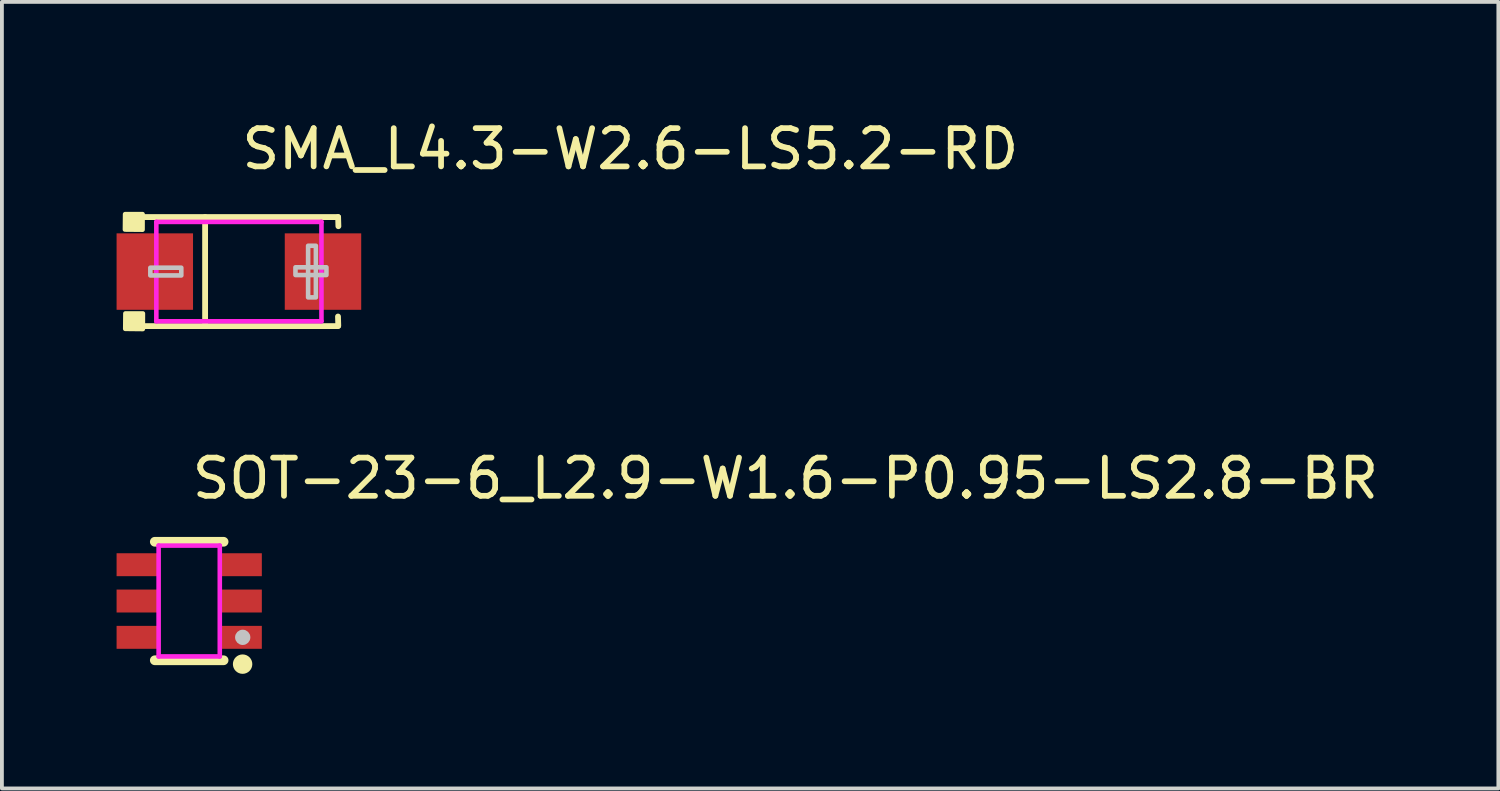
<source format=kicad_pcb>
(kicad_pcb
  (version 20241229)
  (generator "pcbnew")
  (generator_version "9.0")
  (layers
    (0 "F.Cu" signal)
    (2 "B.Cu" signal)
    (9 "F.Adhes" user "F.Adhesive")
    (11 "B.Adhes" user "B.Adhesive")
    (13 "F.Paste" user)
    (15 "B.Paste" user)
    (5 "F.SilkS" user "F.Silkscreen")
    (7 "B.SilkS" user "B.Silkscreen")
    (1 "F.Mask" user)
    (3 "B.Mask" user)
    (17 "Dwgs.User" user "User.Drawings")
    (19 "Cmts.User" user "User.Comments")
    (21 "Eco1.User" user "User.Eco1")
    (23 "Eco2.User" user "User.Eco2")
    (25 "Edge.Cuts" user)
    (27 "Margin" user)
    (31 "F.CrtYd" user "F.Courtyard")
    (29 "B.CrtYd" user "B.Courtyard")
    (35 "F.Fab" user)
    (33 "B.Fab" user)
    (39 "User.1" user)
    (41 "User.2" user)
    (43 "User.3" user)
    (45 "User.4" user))
  (footprint "SOT-23-6_L2.9-W1.6-P0.95-LS2.8-BR"
    (layer "F.Cu")
    (at 1.9 12.674)
    (property "Reference" "SOT-23-6_L2.9-W1.6-P0.95-LS2.8-BR" (at 0 -3.207 0) (layer "F.SilkS") (effects (font (size 1 1) (thickness 0.15)) (justify left)))
    (attr through_hole)
    (fp_line (start -0.9 -1.55) (end 0.9 -1.55) (stroke (width 0.254) (type solid)) (layer "F.SilkS"))
    (fp_line (start -0.9 1.55) (end 0.9 1.55) (stroke (width 0.254) (type solid)) (layer "F.SilkS"))
    (fp_circle (center 1.397 1.651) (end 1.524 1.651) (stroke (width 0.254) (type solid)) (fill no) (layer "F.SilkS"))
    (fp_circle (center 1.4 0.95) (end 1.5 0.95) (stroke (width 0.2) (type solid)) (fill no) (layer "Dwgs.User"))
    (fp_line (start -0.935 -1.165) (end -0.79 -1.165) (stroke (width 0.12) (type solid)) (layer "Eco2.User"))
    (fp_line (start -0.935 -0.735) (end -0.935 -1.165) (stroke (width 0.12) (type solid)) (layer "Eco2.User"))
    (fp_line (start -0.935 -0.215) (end -0.79 -0.215) (stroke (width 0.12) (type solid)) (layer "Eco2.User"))
    (fp_line (start -0.935 0.215) (end -0.935 -0.215) (stroke (width 0.12) (type solid)) (layer "Eco2.User"))
    (fp_line (start -0.935 0.735) (end -0.79 0.735) (stroke (width 0.12) (type solid)) (layer "Eco2.User"))
    (fp_line (start -0.935 1.165) (end -0.935 0.735) (stroke (width 0.12) (type solid)) (layer "Eco2.User"))
    (fp_line (start -0.79 -1.165) (end -0.79 -0.735) (stroke (width 0.12) (type solid)) (layer "Eco2.User"))
    (fp_line (start -0.79 -0.735) (end -0.935 -0.735) (stroke (width 0.12) (type solid)) (layer "Eco2.User"))
    (fp_line (start -0.79 -0.215) (end -0.79 0.215) (stroke (width 0.12) (type solid)) (layer "Eco2.User"))
    (fp_line (start -0.79 0.215) (end -0.935 0.215) (stroke (width 0.12) (type solid)) (layer "Eco2.User"))
    (fp_line (start -0.79 0.735) (end -0.79 1.165) (stroke (width 0.12) (type solid)) (layer "Eco2.User"))
    (fp_line (start -0.79 1.165) (end -0.935 1.165) (stroke (width 0.12) (type solid)) (layer "Eco2.User"))
    (fp_line (start 0.79 -1.165) (end 0.935 -1.165) (stroke (width 0.12) (type solid)) (layer "Eco2.User"))
    (fp_line (start 0.79 -0.735) (end 0.79 -1.165) (stroke (width 0.12) (type solid)) (layer "Eco2.User"))
    (fp_line (start 0.79 -0.215) (end 0.935 -0.215) (stroke (width 0.12) (type solid)) (layer "Eco2.User"))
    (fp_line (start 0.79 0.215) (end 0.79 -0.215) (stroke (width 0.12) (type solid)) (layer "Eco2.User"))
    (fp_line (start 0.79 0.735) (end 0.935 0.735) (stroke (width 0.12) (type solid)) (layer "Eco2.User"))
    (fp_line (start 0.79 1.165) (end 0.79 0.735) (stroke (width 0.12) (type solid)) (layer "Eco2.User"))
    (fp_line (start 0.935 -1.165) (end 0.935 -0.735) (stroke (width 0.12) (type solid)) (layer "Eco2.User"))
    (fp_line (start 0.935 -0.735) (end 0.79 -0.735) (stroke (width 0.12) (type solid)) (layer "Eco2.User"))
    (fp_line (start 0.935 -0.215) (end 0.935 0.215) (stroke (width 0.12) (type solid)) (layer "Eco2.User"))
    (fp_line (start 0.935 0.215) (end 0.79 0.215) (stroke (width 0.12) (type solid)) (layer "Eco2.User"))
    (fp_line (start 0.935 0.735) (end 0.935 1.165) (stroke (width 0.12) (type solid)) (layer "Eco2.User"))
    (fp_line (start 0.935 1.165) (end 0.79 1.165) (stroke (width 0.12) (type solid)) (layer "Eco2.User"))
    (fp_circle (center -1.4 1.45) (end -1.37 1.45) (stroke (width 0.06) (type solid)) (fill no) (layer "Eco2.User"))
    (fp_poly (pts (xy -0.925 -0.735) (xy -0.925 -1.165) (xy -1.4 -1.165) (xy -1.4 -0.735)) (stroke (width 0.12) (type solid)) (fill no) (layer "Eco2.User"))
    (fp_poly (pts (xy -0.925 0.215) (xy -0.925 -0.215) (xy -1.4 -0.215) (xy -1.4 0.215)) (stroke (width 0.12) (type solid)) (fill no) (layer "Eco2.User"))
    (fp_poly (pts (xy -0.925 1.165) (xy -0.925 0.735) (xy -1.4 0.735) (xy -1.4 1.165)) (stroke (width 0.12) (type solid)) (fill no) (layer "Eco2.User"))
    (fp_poly (pts (xy 0.925 -0.735) (xy 0.925 -1.165) (xy 1.4 -1.165) (xy 1.4 -0.735)) (stroke (width 0.12) (type solid)) (fill no) (layer "Eco2.User"))
    (fp_poly (pts (xy 0.925 0.215) (xy 0.925 -0.215) (xy 1.4 -0.215) (xy 1.4 0.215)) (stroke (width 0.12) (type solid)) (fill no) (layer "Eco2.User"))
    (fp_poly (pts (xy 0.925 1.165) (xy 0.925 0.735) (xy 1.4 0.735) (xy 1.4 1.165)) (stroke (width 0.12) (type solid)) (fill no) (layer "Eco2.User"))
    (fp_line (start -0.8 -1.45) (end 0.8 -1.45) (stroke (width 0.12) (type solid)) (layer "F.CrtYd"))
    (fp_line (start -0.8 1.45) (end -0.8 -1.45) (stroke (width 0.12) (type solid)) (layer "F.CrtYd"))
    (fp_line (start 0.8 -1.45) (end 0.8 1.45) (stroke (width 0.12) (type solid)) (layer "F.CrtYd"))
    (fp_line (start 0.8 1.45) (end -0.8 1.45) (stroke (width 0.12) (type solid)) (layer "F.CrtYd"))
    (pad "1" smd rect (at 1.35 0.95) (size 1.1 0.6) (layers "F.Cu" "F.Mask" "F.Paste"))
    (pad "2" smd rect (at 1.35 0) (size 1.1 0.6) (layers "F.Cu" "F.Mask" "F.Paste"))
    (pad "3" smd rect (at 1.35 -0.95) (size 1.1 0.6) (layers "F.Cu" "F.Mask" "F.Paste"))
    (pad "4" smd rect (at -1.35 -0.95) (size 1.1 0.6) (layers "F.Cu" "F.Mask" "F.Paste"))
    (pad "5" smd rect (at -1.35 0) (size 1.1 0.6) (layers "F.Cu" "F.Mask" "F.Paste"))
    (pad "6" smd rect (at -1.35 0.95) (size 1.1 0.6) (layers "F.Cu" "F.Mask" "F.Paste")))
  (footprint "SMA_L4.3-W2.6-LS5.2-RD"
    (layer "F.Cu")
    (at 3.2 4.055)
    (property "Reference" "SMA_L4.3-W2.6-LS5.2-RD" (at 0 -3.207 0) (layer "F.SilkS") (effects (font (size 1 1) (thickness 0.15)) (justify left)))
    (attr through_hole)
    (fp_line (start -2.596 -1.426) (end 2.596 -1.426) (stroke (width 0.152) (type solid)) (layer "F.SilkS"))
    (fp_line (start -2.596 1.426) (end 2.596 1.426) (stroke (width 0.152) (type solid)) (layer "F.SilkS"))
    (fp_line (start -0.884 -1.426) (end -0.884 1.426) (stroke (width 0.152) (type solid)) (layer "F.SilkS"))
    (fp_line (start 2.593 1.176) (end 2.6 1.415) (stroke (width 0.152) (type solid)) (layer "F.SilkS"))
    (fp_line (start 2.596 -1.426) (end 2.603 -1.187) (stroke (width 0.152) (type solid)) (layer "F.SilkS"))
    (fp_poly (pts (xy -2.52 -1.502) (xy -2.521 -1.096) (xy -2.981 -1.1) (xy -2.977 -1.502)) (stroke (width 0.12) (type solid)) (fill yes) (layer "F.SilkS"))
    (fp_poly (pts (xy -2.512 1.096) (xy -2.513 1.503) (xy -2.973 1.498) (xy -2.969 1.096)) (stroke (width 0.12) (type solid)) (fill yes) (layer "F.SilkS"))
    (fp_poly (pts (xy -2.317 0.101) (xy -2.317 -0.101) (xy -1.507 -0.101) (xy -1.507 0.101)) (stroke (width 0.12) (type solid)) (fill no) (layer "Dwgs.User"))
    (fp_poly (pts (xy 2.014 0.675) (xy 2.014 -0.675) (xy 1.811 -0.675) (xy 1.811 0.675)) (stroke (width 0.12) (type solid)) (fill no) (layer "Dwgs.User"))
    (fp_poly (pts (xy 2.29 0.09) (xy 2.29 -0.112) (xy 1.48 -0.112) (xy 1.48 0.09)) (stroke (width 0.12) (type solid)) (fill no) (layer "Dwgs.User"))
    (fp_circle (center -2.605 1.3) (end -2.575 1.3) (stroke (width 0.06) (type solid)) (fill no) (layer "Eco2.User"))
    (fp_poly (pts (xy -1.48 -0.725) (xy -1.48 0.725) (xy -2.605 0.725) (xy -2.605 -0.725)) (stroke (width 0.12) (type solid)) (fill no) (layer "Eco2.User"))
    (fp_poly (pts (xy 2.605 -0.725) (xy 2.605 0.725) (xy 1.48 0.725) (xy 1.48 -0.725)) (stroke (width 0.12) (type solid)) (fill no) (layer "Eco2.User"))
    (fp_line (start -2.16 -1.3) (end 2.16 -1.3) (stroke (width 0.12) (type solid)) (layer "F.CrtYd"))
    (fp_line (start -2.16 1.3) (end -2.16 -1.3) (stroke (width 0.12) (type solid)) (layer "F.CrtYd"))
    (fp_line (start 2.16 -1.3) (end 2.16 1.3) (stroke (width 0.12) (type solid)) (layer "F.CrtYd"))
    (fp_line (start 2.16 1.3) (end -2.16 1.3) (stroke (width 0.12) (type solid)) (layer "F.CrtYd"))
    (pad "1" smd rect (at -2.2 0 180) (size 2 2) (layers "F.Cu" "F.Mask" "F.Paste"))
    (pad "2" smd rect (at 2.2 0 180) (size 2 2) (layers "F.Cu" "F.Mask" "F.Paste")))
  (gr_rect
    (start -3 -3)
    (end 36.15 17.578)
    (stroke (width 0.1) (type default))
    (fill no)
    (layer "Edge.Cuts")))
</source>
